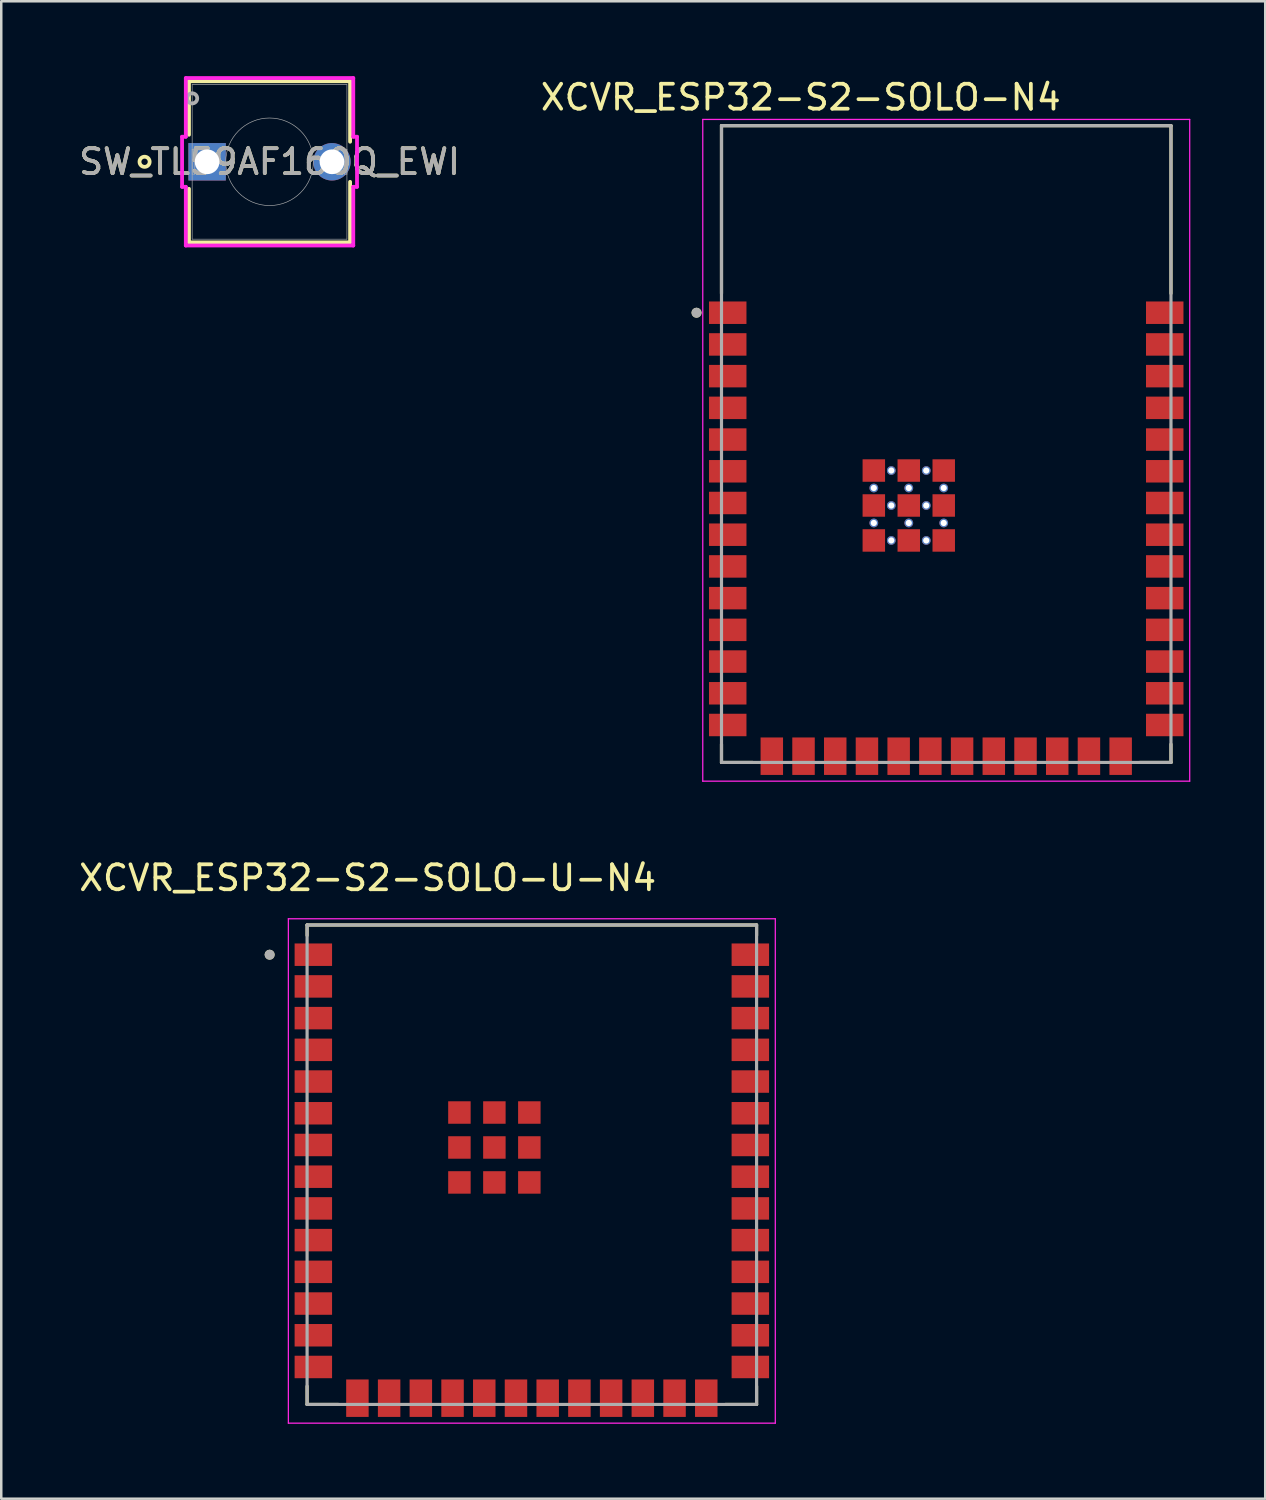
<source format=kicad_pcb>
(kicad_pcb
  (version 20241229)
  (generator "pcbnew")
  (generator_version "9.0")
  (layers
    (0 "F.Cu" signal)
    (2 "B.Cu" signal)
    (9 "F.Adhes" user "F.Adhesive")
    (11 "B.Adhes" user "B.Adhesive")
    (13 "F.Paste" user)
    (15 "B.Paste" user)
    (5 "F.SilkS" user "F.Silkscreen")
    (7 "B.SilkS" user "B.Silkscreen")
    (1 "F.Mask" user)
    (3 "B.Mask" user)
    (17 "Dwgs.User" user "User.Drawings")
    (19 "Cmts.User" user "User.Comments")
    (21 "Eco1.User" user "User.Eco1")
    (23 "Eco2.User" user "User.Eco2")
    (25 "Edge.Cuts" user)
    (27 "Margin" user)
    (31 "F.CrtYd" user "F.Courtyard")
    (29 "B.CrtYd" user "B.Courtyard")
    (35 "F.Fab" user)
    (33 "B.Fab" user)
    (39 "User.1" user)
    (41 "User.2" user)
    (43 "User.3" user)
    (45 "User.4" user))
  (footprint "XCVR_ESP32-S2-SOLO-N4"
    (layer "F.Cu")
    (at 34.843 14.733)
    (property "Reference" "XCVR_ESP32-S2-SOLO-N4" (at -5.825 -13.885 0) (layer "F.SilkS") (effects (font (size 1 1) (thickness 0.15))))
    (attr smd)
    (fp_line (start -9 -12.75) (end 9 -12.75) (stroke (width 0.127) (type solid)) (layer "F.SilkS"))
    (fp_line (start -9 -6.03) (end -9 -12.75) (stroke (width 0.127) (type solid)) (layer "F.SilkS"))
    (fp_line (start -9 12.75) (end -9 12.02) (stroke (width 0.127) (type solid)) (layer "F.SilkS"))
    (fp_line (start -7.755 12.75) (end -9 12.75) (stroke (width 0.127) (type solid)) (layer "F.SilkS"))
    (fp_line (start 9 -12.75) (end 9 -6.03) (stroke (width 0.127) (type solid)) (layer "F.SilkS"))
    (fp_line (start 9 12.75) (end 7.755 12.75) (stroke (width 0.127) (type solid)) (layer "F.SilkS"))
    (fp_line (start 9 12.75) (end 9 12.02) (stroke (width 0.127) (type solid)) (layer "F.SilkS"))
    (fp_circle (center -10 -5.26) (end -9.9 -5.26) (stroke (width 0.2) (type solid)) (fill no) (layer "F.SilkS"))
    (fp_line (start -9.75 -13) (end -9.75 13.5) (stroke (width 0.05) (type solid)) (layer "F.CrtYd"))
    (fp_line (start -9.75 13.5) (end 9.75 13.5) (stroke (width 0.05) (type solid)) (layer "F.CrtYd"))
    (fp_line (start 9.75 -13) (end -9.75 -13) (stroke (width 0.05) (type solid)) (layer "F.CrtYd"))
    (fp_line (start 9.75 13.5) (end 9.75 -13) (stroke (width 0.05) (type solid)) (layer "F.CrtYd"))
    (fp_line (start -9 -12.75) (end 9 -12.75) (stroke (width 0.127) (type solid)) (layer "F.Fab"))
    (fp_line (start -9 12.75) (end -9 -12.75) (stroke (width 0.127) (type solid)) (layer "F.Fab"))
    (fp_line (start 9 -12.75) (end 9 12.75) (stroke (width 0.127) (type solid)) (layer "F.Fab"))
    (fp_line (start 9 12.75) (end -9 12.75) (stroke (width 0.127) (type solid)) (layer "F.Fab"))
    (fp_circle (center -10 -5.26) (end -9.9 -5.26) (stroke (width 0.2) (type solid)) (fill no) (layer "F.Fab"))
    (pad "1" smd rect (at -8.75 -5.26) (size 1.5 0.9) (layers "F.Cu" "F.Mask" "F.Paste"))
    (pad "2" smd rect (at -8.75 -3.99) (size 1.5 0.9) (layers "F.Cu" "F.Mask" "F.Paste"))
    (pad "3" smd rect (at -8.75 -2.72) (size 1.5 0.9) (layers "F.Cu" "F.Mask" "F.Paste"))
    (pad "4" smd rect (at -8.75 -1.45) (size 1.5 0.9) (layers "F.Cu" "F.Mask" "F.Paste"))
    (pad "5" smd rect (at -8.75 -0.18) (size 1.5 0.9) (layers "F.Cu" "F.Mask" "F.Paste"))
    (pad "6" smd rect (at -8.75 1.09) (size 1.5 0.9) (layers "F.Cu" "F.Mask" "F.Paste"))
    (pad "7" smd rect (at -8.75 2.36) (size 1.5 0.9) (layers "F.Cu" "F.Mask" "F.Paste"))
    (pad "8" smd rect (at -8.75 3.63) (size 1.5 0.9) (layers "F.Cu" "F.Mask" "F.Paste"))
    (pad "9" smd rect (at -8.75 4.9) (size 1.5 0.9) (layers "F.Cu" "F.Mask" "F.Paste"))
    (pad "10" smd rect (at -8.75 6.17) (size 1.5 0.9) (layers "F.Cu" "F.Mask" "F.Paste"))
    (pad "11" smd rect (at -8.75 7.44) (size 1.5 0.9) (layers "F.Cu" "F.Mask" "F.Paste"))
    (pad "12" smd rect (at -8.75 8.71) (size 1.5 0.9) (layers "F.Cu" "F.Mask" "F.Paste"))
    (pad "13" smd rect (at -8.75 9.98) (size 1.5 0.9) (layers "F.Cu" "F.Mask" "F.Paste"))
    (pad "14" smd rect (at -8.75 11.25) (size 1.5 0.9) (layers "F.Cu" "F.Mask" "F.Paste"))
    (pad "15" smd rect (at -6.985 12.5) (size 0.9 1.5) (layers "F.Cu" "F.Mask" "F.Paste"))
    (pad "16" smd rect (at -5.715 12.5) (size 0.9 1.5) (layers "F.Cu" "F.Mask" "F.Paste"))
    (pad "17" smd rect (at -4.445 12.5) (size 0.9 1.5) (layers "F.Cu" "F.Mask" "F.Paste"))
    (pad "18" smd rect (at -3.175 12.5) (size 0.9 1.5) (layers "F.Cu" "F.Mask" "F.Paste"))
    (pad "19" smd rect (at -1.905 12.5) (size 0.9 1.5) (layers "F.Cu" "F.Mask" "F.Paste"))
    (pad "20" smd rect (at -0.635 12.5) (size 0.9 1.5) (layers "F.Cu" "F.Mask" "F.Paste"))
    (pad "21" smd rect (at 0.635 12.5) (size 0.9 1.5) (layers "F.Cu" "F.Mask" "F.Paste"))
    (pad "22" smd rect (at 1.905 12.5) (size 0.9 1.5) (layers "F.Cu" "F.Mask" "F.Paste"))
    (pad "23" smd rect (at 3.175 12.5) (size 0.9 1.5) (layers "F.Cu" "F.Mask" "F.Paste"))
    (pad "24" smd rect (at 4.445 12.5) (size 0.9 1.5) (layers "F.Cu" "F.Mask" "F.Paste"))
    (pad "25" smd rect (at 5.715 12.5) (size 0.9 1.5) (layers "F.Cu" "F.Mask" "F.Paste"))
    (pad "26" smd rect (at 6.985 12.5) (size 0.9 1.5) (layers "F.Cu" "F.Mask" "F.Paste"))
    (pad "27" smd rect (at 8.75 11.25) (size 1.5 0.9) (layers "F.Cu" "F.Mask" "F.Paste"))
    (pad "28" smd rect (at 8.75 9.98) (size 1.5 0.9) (layers "F.Cu" "F.Mask" "F.Paste"))
    (pad "29" smd rect (at 8.75 8.71) (size 1.5 0.9) (layers "F.Cu" "F.Mask" "F.Paste"))
    (pad "30" smd rect (at 8.75 7.44) (size 1.5 0.9) (layers "F.Cu" "F.Mask" "F.Paste"))
    (pad "31" smd rect (at 8.75 6.17) (size 1.5 0.9) (layers "F.Cu" "F.Mask" "F.Paste"))
    (pad "32" smd rect (at 8.75 4.9) (size 1.5 0.9) (layers "F.Cu" "F.Mask" "F.Paste"))
    (pad "33" smd rect (at 8.75 3.63) (size 1.5 0.9) (layers "F.Cu" "F.Mask" "F.Paste"))
    (pad "34" smd rect (at 8.75 2.36) (size 1.5 0.9) (layers "F.Cu" "F.Mask" "F.Paste"))
    (pad "35" smd rect (at 8.75 1.09) (size 1.5 0.9) (layers "F.Cu" "F.Mask" "F.Paste"))
    (pad "36" smd rect (at 8.75 -0.18) (size 1.5 0.9) (layers "F.Cu" "F.Mask" "F.Paste"))
    (pad "37" smd rect (at 8.75 -1.45) (size 1.5 0.9) (layers "F.Cu" "F.Mask" "F.Paste"))
    (pad "38" smd rect (at 8.75 -2.72) (size 1.5 0.9) (layers "F.Cu" "F.Mask" "F.Paste"))
    (pad "39" smd rect (at 8.75 -3.99) (size 1.5 0.9) (layers "F.Cu" "F.Mask" "F.Paste"))
    (pad "40" smd rect (at 8.75 -5.26) (size 1.5 0.9) (layers "F.Cu" "F.Mask" "F.Paste"))
    (pad "41_1" smd rect (at -2.9 1.06) (size 0.9 0.9) (layers "F.Cu" "F.Mask" "F.Paste"))
    (pad "41_2" smd rect (at -1.5 1.06) (size 0.9 0.9) (layers "F.Cu" "F.Mask" "F.Paste"))
    (pad "41_3" smd rect (at -0.1 1.06) (size 0.9 0.9) (layers "F.Cu" "F.Mask" "F.Paste"))
    (pad "41_4" smd rect (at -2.9 2.46) (size 0.9 0.9) (layers "F.Cu" "F.Mask" "F.Paste"))
    (pad "41_5" smd rect (at -1.5 2.46) (size 0.9 0.9) (layers "F.Cu" "F.Mask" "F.Paste"))
    (pad "41_6" smd rect (at -0.1 2.46) (size 0.9 0.9) (layers "F.Cu" "F.Mask" "F.Paste"))
    (pad "41_7" smd rect (at -2.9 3.86) (size 0.9 0.9) (layers "F.Cu" "F.Mask" "F.Paste"))
    (pad "41_8" smd rect (at -1.5 3.86) (size 0.9 0.9) (layers "F.Cu" "F.Mask" "F.Paste"))
    (pad "41_9" smd rect (at -0.1 3.86) (size 0.9 0.9) (layers "F.Cu" "F.Mask" "F.Paste"))
    (pad "42_1" thru_hole circle (at -2.2 1.06) (size 0.35 0.35) (drill 0.25) (layers "*.Cu"))
    (pad "42_2" thru_hole circle (at -0.8 1.06) (size 0.35 0.35) (drill 0.25) (layers "*.Cu"))
    (pad "42_3" thru_hole circle (at -2.9 1.76) (size 0.35 0.35) (drill 0.25) (layers "*.Cu"))
    (pad "42_4" thru_hole circle (at -1.5 1.76) (size 0.35 0.35) (drill 0.25) (layers "*.Cu"))
    (pad "42_5" thru_hole circle (at -0.1 1.76) (size 0.35 0.35) (drill 0.25) (layers "*.Cu"))
    (pad "42_6" thru_hole circle (at -2.2 2.46) (size 0.35 0.35) (drill 0.25) (layers "*.Cu"))
    (pad "42_7" thru_hole circle (at -0.8 2.46) (size 0.35 0.35) (drill 0.25) (layers "*.Cu"))
    (pad "42_8" thru_hole circle (at -2.9 3.16) (size 0.35 0.35) (drill 0.25) (layers "*.Cu"))
    (pad "42_9" thru_hole circle (at -1.5 3.16) (size 0.35 0.35) (drill 0.25) (layers "*.Cu"))
    (pad "42_10" thru_hole circle (at -0.1 3.16) (size 0.35 0.35) (drill 0.25) (layers "*.Cu"))
    (pad "42_11" thru_hole circle (at -2.2 3.86) (size 0.35 0.35) (drill 0.25) (layers "*.Cu"))
    (pad "42_12" thru_hole circle (at -0.8 3.86) (size 0.35 0.35) (drill 0.25) (layers "*.Cu"))
    (zone (net_name "") (layer "F.Cu") (hatch full 0.508) (connect_pads) (min_thickness 0.01) (filled_areas_thickness no) (keepout (tracks not_allowed) (vias not_allowed) (pads not_allowed) (copperpour not_allowed) (footprints allowed)) (placement (enabled no)) (fill) (polygon (pts (xy 25.843 1.983) (xy 43.843 1.983) (xy 43.843 7.983) (xy 25.843 7.983))))
    (zone (net_name "") (layers "F.Cu" "B.Cu") (hatch full 0.508) (connect_pads) (min_thickness 0.01) (filled_areas_thickness no) (keepout (tracks allowed) (vias not_allowed) (pads allowed) (copperpour allowed) (footprints allowed)) (placement (enabled no)) (fill) (polygon (pts (xy 25.843 1.983) (xy 43.843 1.983) (xy 43.843 7.983) (xy 25.843 7.983)))))
  (footprint "SW_TL59AF160Q_EWI"
    (layer "F.Cu")
    (at 5.244 3.429)
    (property "Reference" "SW_TL59AF160Q_EWI" (at 2.5 0 0) (unlocked yes) (layer "F.SilkS") (effects (font (size 1 1) (thickness 0.15))))
    (attr through_hole)
    (fp_line (start -0.726 -3.226) (end -0.726 -1.082) (stroke (width 0.152) (type solid)) (layer "F.SilkS"))
    (fp_line (start -0.726 1.082) (end -0.726 3.226) (stroke (width 0.152) (type solid)) (layer "F.SilkS"))
    (fp_line (start -0.726 3.226) (end 5.726 3.226) (stroke (width 0.152) (type solid)) (layer "F.SilkS"))
    (fp_line (start 5.726 -3.226) (end -0.726 -3.226) (stroke (width 0.152) (type solid)) (layer "F.SilkS"))
    (fp_line (start 5.726 -0.803) (end 5.726 -3.226) (stroke (width 0.152) (type solid)) (layer "F.SilkS"))
    (fp_line (start 5.726 3.226) (end 5.726 0.803) (stroke (width 0.152) (type solid)) (layer "F.SilkS"))
    (fp_circle (center -2.504 0) (end -2.301 0) (stroke (width 0.152) (type solid)) (fill no) (layer "F.SilkS"))
    (fp_line (start -1.003 -1.003) (end -0.853 -1.003) (stroke (width 0.152) (type solid)) (layer "F.CrtYd"))
    (fp_line (start -1.003 1.003) (end -1.003 -1.003) (stroke (width 0.152) (type solid)) (layer "F.CrtYd"))
    (fp_line (start -1.003 1.003) (end -0.853 1.003) (stroke (width 0.152) (type solid)) (layer "F.CrtYd"))
    (fp_line (start -0.853 -3.353) (end 5.853 -3.353) (stroke (width 0.152) (type solid)) (layer "F.CrtYd"))
    (fp_line (start -0.853 -1.003) (end -0.853 -3.353) (stroke (width 0.152) (type solid)) (layer "F.CrtYd"))
    (fp_line (start -0.853 3.353) (end -0.853 1.003) (stroke (width 0.152) (type solid)) (layer "F.CrtYd"))
    (fp_line (start 5.853 -3.353) (end 5.853 -1.003) (stroke (width 0.152) (type solid)) (layer "F.CrtYd"))
    (fp_line (start 5.853 1.003) (end 5.853 3.353) (stroke (width 0.152) (type solid)) (layer "F.CrtYd"))
    (fp_line (start 5.853 3.353) (end -0.853 3.353) (stroke (width 0.152) (type solid)) (layer "F.CrtYd"))
    (fp_line (start 6.003 -1.003) (end 5.853 -1.003) (stroke (width 0.152) (type solid)) (layer "F.CrtYd"))
    (fp_line (start 6.003 -1.003) (end 6.003 1.003) (stroke (width 0.152) (type solid)) (layer "F.CrtYd"))
    (fp_line (start 6.003 1.003) (end 5.853 1.003) (stroke (width 0.152) (type solid)) (layer "F.CrtYd"))
    (fp_line (start -0.599 -3.099) (end -0.599 3.099) (stroke (width 0.025) (type solid)) (layer "F.Fab"))
    (fp_line (start -0.599 -0.495) (end -0.495 -0.495) (stroke (width 0.025) (type solid)) (layer "F.Fab"))
    (fp_line (start -0.599 0.495) (end -0.599 -0.495) (stroke (width 0.025) (type solid)) (layer "F.Fab"))
    (fp_line (start -0.599 3.099) (end 5.599 3.099) (stroke (width 0.025) (type solid)) (layer "F.Fab"))
    (fp_line (start -0.495 -0.495) (end -0.495 0.495) (stroke (width 0.025) (type solid)) (layer "F.Fab"))
    (fp_line (start -0.495 0.495) (end -0.599 0.495) (stroke (width 0.025) (type solid)) (layer "F.Fab"))
    (fp_line (start 5.495 -0.495) (end 5.599 -0.495) (stroke (width 0.025) (type solid)) (layer "F.Fab"))
    (fp_line (start 5.495 0.495) (end 5.495 -0.495) (stroke (width 0.025) (type solid)) (layer "F.Fab"))
    (fp_line (start 5.599 -3.099) (end -0.599 -3.099) (stroke (width 0.025) (type solid)) (layer "F.Fab"))
    (fp_line (start 5.599 -0.495) (end 5.599 0.495) (stroke (width 0.025) (type solid)) (layer "F.Fab"))
    (fp_line (start 5.599 0.495) (end 5.495 0.495) (stroke (width 0.025) (type solid)) (layer "F.Fab"))
    (fp_line (start 5.599 3.099) (end 5.599 -3.099) (stroke (width 0.025) (type solid)) (layer "F.Fab"))
    (fp_circle (center -0.599 -2.54) (end -0.396 -2.54) (stroke (width 0.152) (type solid)) (fill no) (layer "F.Fab"))
    (fp_circle (center 2.5 0) (end 4.253 0) (stroke (width 0.025) (type solid)) (fill no) (layer "F.Fab"))
    (fp_text user "${REFERENCE}" (at 2.5 0 0) (unlocked yes) (layer "F.Fab") (effects (font (size 1 1) (thickness 0.15))))
    (pad "1" thru_hole rect (at 0 0) (size 1.499 1.499) (drill 0.991) (layers "*.Cu" "*.Mask"))
    (pad "2" thru_hole circle (at 5 0) (size 1.499 1.499) (drill 0.991) (layers "*.Cu" "*.Mask")))
  (footprint "XCVR_ESP32-S2-SOLO-U-N4"
    (layer "F.Cu")
    (at 18.248 43.592)
    (property "Reference" "XCVR_ESP32-S2-SOLO-U-N4" (at -6.575 -11.485 0) (layer "F.SilkS") (effects (font (size 1 1) (thickness 0.15))))
    (attr smd)
    (fp_line (start -9 -9.6) (end 9 -9.6) (stroke (width 0.127) (type solid)) (layer "F.SilkS"))
    (fp_line (start -9 -9.18) (end -9 -9.6) (stroke (width 0.127) (type solid)) (layer "F.SilkS"))
    (fp_line (start -9 9.6) (end -9 8.87) (stroke (width 0.127) (type solid)) (layer "F.SilkS"))
    (fp_line (start -7.755 9.6) (end -9 9.6) (stroke (width 0.127) (type solid)) (layer "F.SilkS"))
    (fp_line (start 9 -9.6) (end 9 -9.18) (stroke (width 0.127) (type solid)) (layer "F.SilkS"))
    (fp_line (start 9 9.6) (end 7.755 9.6) (stroke (width 0.127) (type solid)) (layer "F.SilkS"))
    (fp_line (start 9 9.6) (end 9 8.87) (stroke (width 0.127) (type solid)) (layer "F.SilkS"))
    (fp_circle (center -10.5 -8.41) (end -10.4 -8.41) (stroke (width 0.2) (type solid)) (fill no) (layer "F.SilkS"))
    (fp_line (start -9.75 -9.85) (end -9.75 10.35) (stroke (width 0.05) (type solid)) (layer "F.CrtYd"))
    (fp_line (start -9.75 10.35) (end 9.75 10.35) (stroke (width 0.05) (type solid)) (layer "F.CrtYd"))
    (fp_line (start 9.75 -9.85) (end -9.75 -9.85) (stroke (width 0.05) (type solid)) (layer "F.CrtYd"))
    (fp_line (start 9.75 10.35) (end 9.75 -9.85) (stroke (width 0.05) (type solid)) (layer "F.CrtYd"))
    (fp_line (start -9 -9.6) (end 9 -9.6) (stroke (width 0.127) (type solid)) (layer "F.Fab"))
    (fp_line (start -9 9.6) (end -9 -9.6) (stroke (width 0.127) (type solid)) (layer "F.Fab"))
    (fp_line (start 9 -9.6) (end 9 9.6) (stroke (width 0.127) (type solid)) (layer "F.Fab"))
    (fp_line (start 9 9.6) (end -9 9.6) (stroke (width 0.127) (type solid)) (layer "F.Fab"))
    (fp_circle (center -10.5 -8.41) (end -10.4 -8.41) (stroke (width 0.2) (type solid)) (fill no) (layer "F.Fab"))
    (pad "1" smd rect (at -8.75 -8.41) (size 1.5 0.9) (layers "F.Cu" "F.Mask" "F.Paste"))
    (pad "2" smd rect (at -8.75 -7.14) (size 1.5 0.9) (layers "F.Cu" "F.Mask" "F.Paste"))
    (pad "3" smd rect (at -8.75 -5.87) (size 1.5 0.9) (layers "F.Cu" "F.Mask" "F.Paste"))
    (pad "4" smd rect (at -8.75 -4.6) (size 1.5 0.9) (layers "F.Cu" "F.Mask" "F.Paste"))
    (pad "5" smd rect (at -8.75 -3.33) (size 1.5 0.9) (layers "F.Cu" "F.Mask" "F.Paste"))
    (pad "6" smd rect (at -8.75 -2.06) (size 1.5 0.9) (layers "F.Cu" "F.Mask" "F.Paste"))
    (pad "7" smd rect (at -8.75 -0.79) (size 1.5 0.9) (layers "F.Cu" "F.Mask" "F.Paste"))
    (pad "8" smd rect (at -8.75 0.48) (size 1.5 0.9) (layers "F.Cu" "F.Mask" "F.Paste"))
    (pad "9" smd rect (at -8.75 1.75) (size 1.5 0.9) (layers "F.Cu" "F.Mask" "F.Paste"))
    (pad "10" smd rect (at -8.75 3.02) (size 1.5 0.9) (layers "F.Cu" "F.Mask" "F.Paste"))
    (pad "11" smd rect (at -8.75 4.29) (size 1.5 0.9) (layers "F.Cu" "F.Mask" "F.Paste"))
    (pad "12" smd rect (at -8.75 5.56) (size 1.5 0.9) (layers "F.Cu" "F.Mask" "F.Paste"))
    (pad "13" smd rect (at -8.75 6.83) (size 1.5 0.9) (layers "F.Cu" "F.Mask" "F.Paste"))
    (pad "14" smd rect (at -8.75 8.1) (size 1.5 0.9) (layers "F.Cu" "F.Mask" "F.Paste"))
    (pad "15" smd rect (at -6.985 9.35) (size 0.9 1.5) (layers "F.Cu" "F.Mask" "F.Paste"))
    (pad "16" smd rect (at -5.715 9.35) (size 0.9 1.5) (layers "F.Cu" "F.Mask" "F.Paste"))
    (pad "17" smd rect (at -4.445 9.35) (size 0.9 1.5) (layers "F.Cu" "F.Mask" "F.Paste"))
    (pad "18" smd rect (at -3.175 9.35) (size 0.9 1.5) (layers "F.Cu" "F.Mask" "F.Paste"))
    (pad "19" smd rect (at -1.905 9.35) (size 0.9 1.5) (layers "F.Cu" "F.Mask" "F.Paste"))
    (pad "20" smd rect (at -0.635 9.35) (size 0.9 1.5) (layers "F.Cu" "F.Mask" "F.Paste"))
    (pad "21" smd rect (at 0.635 9.35) (size 0.9 1.5) (layers "F.Cu" "F.Mask" "F.Paste"))
    (pad "22" smd rect (at 1.905 9.35) (size 0.9 1.5) (layers "F.Cu" "F.Mask" "F.Paste"))
    (pad "23" smd rect (at 3.175 9.35) (size 0.9 1.5) (layers "F.Cu" "F.Mask" "F.Paste"))
    (pad "24" smd rect (at 4.445 9.35) (size 0.9 1.5) (layers "F.Cu" "F.Mask" "F.Paste"))
    (pad "25" smd rect (at 5.715 9.35) (size 0.9 1.5) (layers "F.Cu" "F.Mask" "F.Paste"))
    (pad "26" smd rect (at 6.985 9.35) (size 0.9 1.5) (layers "F.Cu" "F.Mask" "F.Paste"))
    (pad "27" smd rect (at 8.75 8.1) (size 1.5 0.9) (layers "F.Cu" "F.Mask" "F.Paste"))
    (pad "28" smd rect (at 8.75 6.83) (size 1.5 0.9) (layers "F.Cu" "F.Mask" "F.Paste"))
    (pad "29" smd rect (at 8.75 5.56) (size 1.5 0.9) (layers "F.Cu" "F.Mask" "F.Paste"))
    (pad "30" smd rect (at 8.75 4.29) (size 1.5 0.9) (layers "F.Cu" "F.Mask" "F.Paste"))
    (pad "31" smd rect (at 8.75 3.02) (size 1.5 0.9) (layers "F.Cu" "F.Mask" "F.Paste"))
    (pad "32" smd rect (at 8.75 1.75) (size 1.5 0.9) (layers "F.Cu" "F.Mask" "F.Paste"))
    (pad "33" smd rect (at 8.75 0.48) (size 1.5 0.9) (layers "F.Cu" "F.Mask" "F.Paste"))
    (pad "34" smd rect (at 8.75 -0.79) (size 1.5 0.9) (layers "F.Cu" "F.Mask" "F.Paste"))
    (pad "35" smd rect (at 8.75 -2.06) (size 1.5 0.9) (layers "F.Cu" "F.Mask" "F.Paste"))
    (pad "36" smd rect (at 8.75 -3.33) (size 1.5 0.9) (layers "F.Cu" "F.Mask" "F.Paste"))
    (pad "37" smd rect (at 8.75 -4.6) (size 1.5 0.9) (layers "F.Cu" "F.Mask" "F.Paste"))
    (pad "38" smd rect (at 8.75 -5.87) (size 1.5 0.9) (layers "F.Cu" "F.Mask" "F.Paste"))
    (pad "39" smd rect (at 8.75 -7.14) (size 1.5 0.9) (layers "F.Cu" "F.Mask" "F.Paste"))
    (pad "40" smd rect (at 8.75 -8.41) (size 1.5 0.9) (layers "F.Cu" "F.Mask" "F.Paste"))
    (pad "41_1" smd rect (at -2.9 -2.09) (size 0.9 0.9) (layers "F.Cu" "F.Mask" "F.Paste"))
    (pad "41_2" smd rect (at -1.5 -2.09) (size 0.9 0.9) (layers "F.Cu" "F.Mask" "F.Paste"))
    (pad "41_3" smd rect (at -0.1 -2.09) (size 0.9 0.9) (layers "F.Cu" "F.Mask" "F.Paste"))
    (pad "41_4" smd rect (at -2.9 -0.69) (size 0.9 0.9) (layers "F.Cu" "F.Mask" "F.Paste"))
    (pad "41_5" smd rect (at -1.5 -0.69) (size 0.9 0.9) (layers "F.Cu" "F.Mask" "F.Paste"))
    (pad "41_6" smd rect (at -0.1 -0.69) (size 0.9 0.9) (layers "F.Cu" "F.Mask" "F.Paste"))
    (pad "41_7" smd rect (at -2.9 0.71) (size 0.9 0.9) (layers "F.Cu" "F.Mask" "F.Paste"))
    (pad "41_8" smd rect (at -1.5 0.71) (size 0.9 0.9) (layers "F.Cu" "F.Mask" "F.Paste"))
    (pad "41_9" smd rect (at -0.1 0.71) (size 0.9 0.9) (layers "F.Cu" "F.Mask" "F.Paste")))
  (gr_rect
    (start -3 -3)
    (end 47.618 56.967)
    (stroke (width 0.1) (type default))
    (fill no)
    (layer "Edge.Cuts")))
</source>
